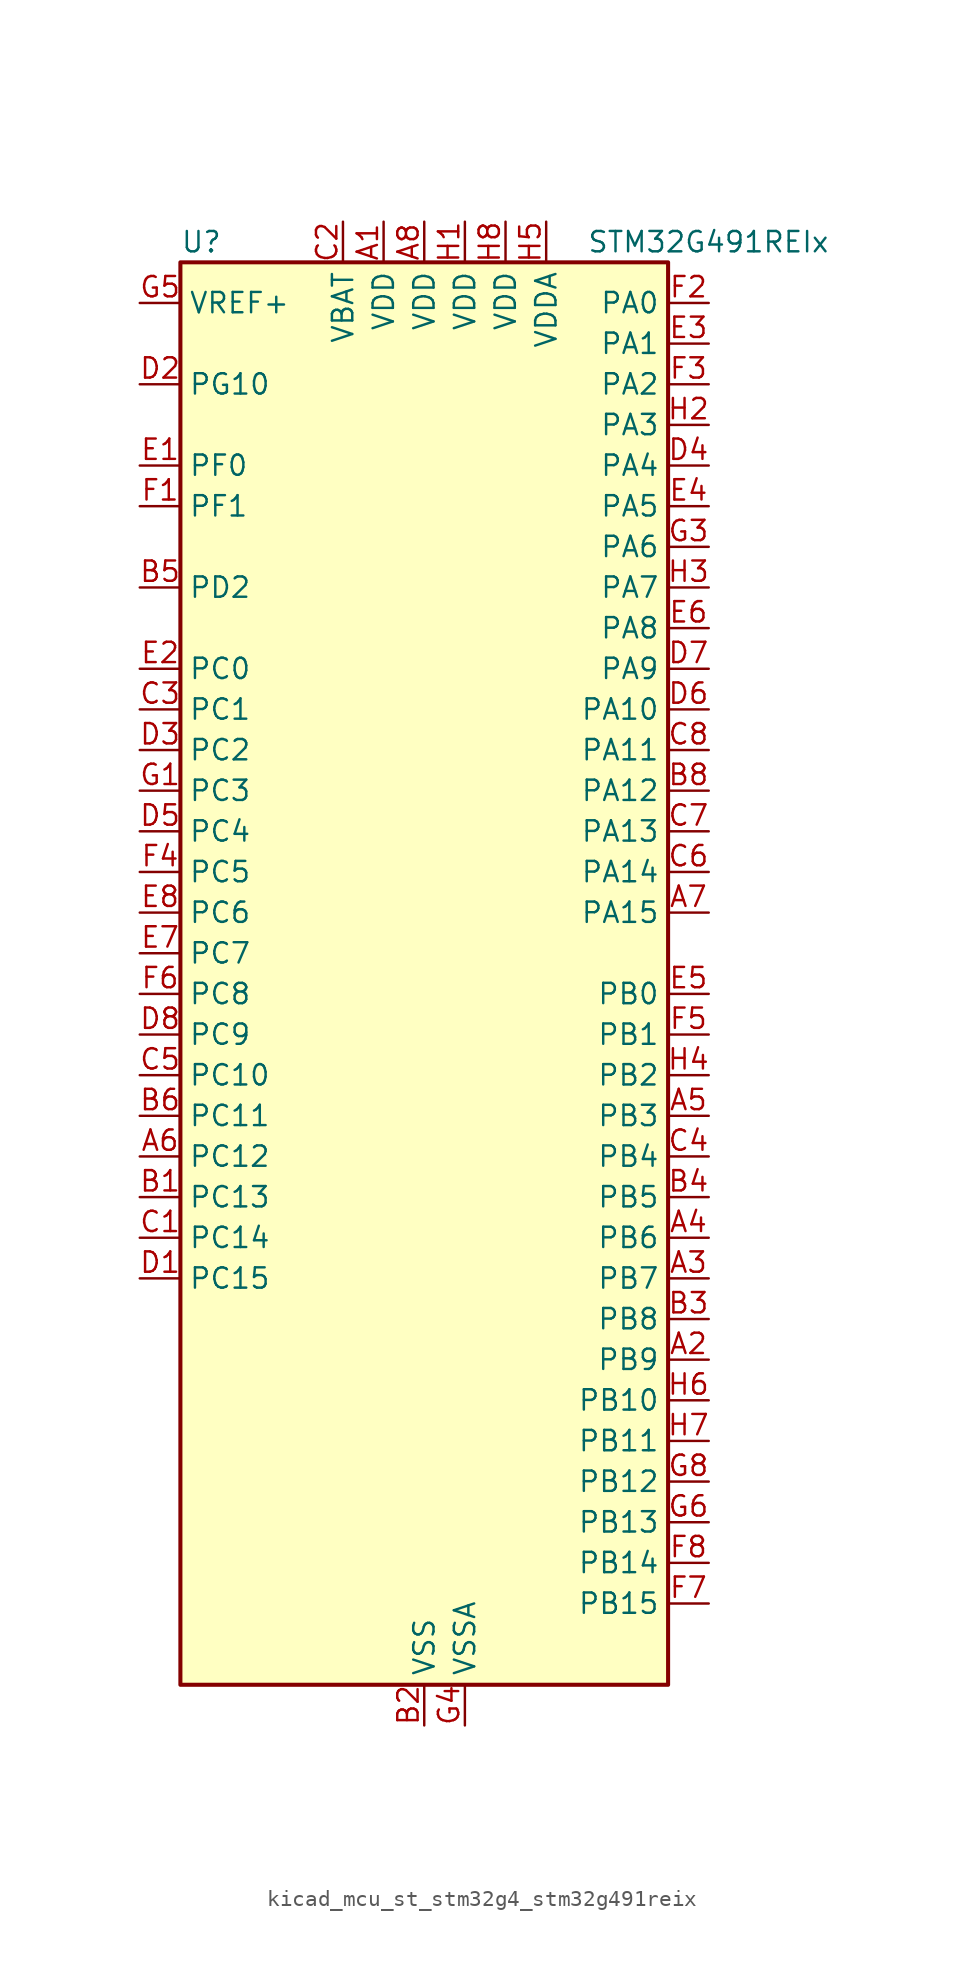
<source format=kicad_sym>
(kicad_symbol_lib
  (version 20220914)
  (generator kicad_symbol_editor)
  (symbol "kicad_mcu_st_stm32g4_stm32g491reix"
    (property "Reference" "U"
      (at -15.24 46.99 0)
      (effects (font (size 1.27 1.27)) (justify left)))
    (property "Value" "STM32G491REIx"
      (at 10.16 46.99 0)
      (effects (font (size 1.27 1.27)) (justify left)))
    (property "ki_locked" ""
      (at 0 0 0)
      (effects (font (size 1.27 1.27))))
    (symbol "kicad_mcu_st_stm32g4_stm32g491reix_0_1"
      (rectangle (start -15.24 -43.18) (end 15.24 45.72) (stroke (width 0.254) (type default)) (fill (type background))))
    (symbol "kicad_mcu_st_stm32g4_stm32g491reix_1_1"
      (pin power_in line (at -2.54 48.26 270) (length 2.54) (name "VDD" (effects (font (size 1.27 1.27)))) (number "A1" (effects (font (size 1.27 1.27)))))
      (pin bidirectional line (at 17.78 -22.86 180) (length 2.54) (name "PB9" (effects (font (size 1.27 1.27)))) (number "A2" (effects (font (size 1.27 1.27)))) (alternate "COMP2_OUT" bidirectional line) (alternate "DAC1_EXTI9" bidirectional line) (alternate "DAC3_EXTI9" bidirectional line) (alternate "FDCAN1_TX" bidirectional line) (alternate "I2C1_SDA" bidirectional line) (alternate "IR_OUT" bidirectional line) (alternate "SAI1_D2" bidirectional line) (alternate "SAI1_FS_A" bidirectional line) (alternate "TIM17_CH1" bidirectional line) (alternate "TIM1_CH3N" bidirectional line) (alternate "TIM4_CH4" bidirectional line) (alternate "TIM8_CH3" bidirectional line) (alternate "USART3_TX" bidirectional line))
      (pin bidirectional line (at 17.78 -17.78 180) (length 2.54) (name "PB7" (effects (font (size 1.27 1.27)))) (number "A3" (effects (font (size 1.27 1.27)))) (alternate "COMP3_OUT" bidirectional line) (alternate "I2C1_SDA" bidirectional line) (alternate "LPTIM1_IN2" bidirectional line) (alternate "SYS_PVD_IN" bidirectional line) (alternate "TIM17_CH1N" bidirectional line) (alternate "TIM3_CH4" bidirectional line) (alternate "TIM4_CH2" bidirectional line) (alternate "TIM8_BKIN" bidirectional line) (alternate "UART4_CTS" bidirectional line) (alternate "USART1_RX" bidirectional line))
      (pin bidirectional line (at 17.78 -15.24 180) (length 2.54) (name "PB6" (effects (font (size 1.27 1.27)))) (number "A4" (effects (font (size 1.27 1.27)))) (alternate "COMP4_OUT" bidirectional line) (alternate "FDCAN2_TX" bidirectional line) (alternate "LPTIM1_ETR" bidirectional line) (alternate "SAI1_FS_B" bidirectional line) (alternate "TIM16_CH1N" bidirectional line) (alternate "TIM4_CH1" bidirectional line) (alternate "TIM8_BKIN2" bidirectional line) (alternate "TIM8_CH1" bidirectional line) (alternate "TIM8_ETR" bidirectional line) (alternate "UCPD1_CC1" bidirectional line) (alternate "USART1_TX" bidirectional line))
      (pin bidirectional line (at 17.78 -7.62 180) (length 2.54) (name "PB3" (effects (font (size 1.27 1.27)))) (number "A5" (effects (font (size 1.27 1.27)))) (alternate "ADC3_EXTI3" bidirectional line) (alternate "CRS_SYNC" bidirectional line) (alternate "I2S3_CK" bidirectional line) (alternate "SAI1_SCK_B" bidirectional line) (alternate "SPI1_SCK" bidirectional line) (alternate "SPI3_SCK" bidirectional line) (alternate "SYS_JTDO-SWO" bidirectional line) (alternate "TIM2_CH2" bidirectional line) (alternate "TIM3_ETR" bidirectional line) (alternate "TIM4_ETR" bidirectional line) (alternate "TIM8_CH1N" bidirectional line) (alternate "USART2_TX" bidirectional line))
      (pin bidirectional line (at -17.78 -10.16 0) (length 2.54) (name "PC12" (effects (font (size 1.27 1.27)))) (number "A6" (effects (font (size 1.27 1.27)))) (alternate "I2S3_SD" bidirectional line) (alternate "SPI3_MOSI" bidirectional line) (alternate "TIM8_CH3N" bidirectional line) (alternate "UART5_TX" bidirectional line) (alternate "UCPD1_FRSTX1" bidirectional line) (alternate "UCPD1_FRSTX2" bidirectional line) (alternate "USART3_CK" bidirectional line))
      (pin bidirectional line (at 17.78 5.08 180) (length 2.54) (name "PA15" (effects (font (size 1.27 1.27)))) (number "A7" (effects (font (size 1.27 1.27)))) (alternate "ADC1_EXTI15" bidirectional line) (alternate "ADC2_EXTI15" bidirectional line) (alternate "I2C1_SCL" bidirectional line) (alternate "I2S3_WS" bidirectional line) (alternate "SPI1_NSS" bidirectional line) (alternate "SPI3_NSS" bidirectional line) (alternate "SYS_JTDI" bidirectional line) (alternate "TIM1_BKIN" bidirectional line) (alternate "TIM20_ETR" bidirectional line) (alternate "TIM2_CH1" bidirectional line) (alternate "TIM2_ETR" bidirectional line) (alternate "TIM8_CH1" bidirectional line) (alternate "UART4_DE" bidirectional line) (alternate "UART4_RTS" bidirectional line) (alternate "USART2_RX" bidirectional line))
      (pin power_in line (at 0 48.26 270) (length 2.54) (name "VDD" (effects (font (size 1.27 1.27)))) (number "A8" (effects (font (size 1.27 1.27)))))
      (pin bidirectional line (at -17.78 -12.7 0) (length 2.54) (name "PC13" (effects (font (size 1.27 1.27)))) (number "B1" (effects (font (size 1.27 1.27)))) (alternate "RTC_OUT1" bidirectional line) (alternate "RTC_TAMP1" bidirectional line) (alternate "RTC_TS" bidirectional line) (alternate "SYS_WKUP2" bidirectional line) (alternate "TIM1_BKIN" bidirectional line) (alternate "TIM1_CH1N" bidirectional line) (alternate "TIM8_CH4N" bidirectional line))
      (pin power_in line (at 0 -45.72 90) (length 2.54) (name "VSS" (effects (font (size 1.27 1.27)))) (number "B2" (effects (font (size 1.27 1.27)))))
      (pin bidirectional line (at 17.78 -20.32 180) (length 2.54) (name "PB8" (effects (font (size 1.27 1.27)))) (number "B3" (effects (font (size 1.27 1.27)))) (alternate "COMP1_OUT" bidirectional line) (alternate "FDCAN1_RX" bidirectional line) (alternate "I2C1_SCL" bidirectional line) (alternate "SAI1_CK1" bidirectional line) (alternate "SAI1_MCLK_A" bidirectional line) (alternate "TIM16_CH1" bidirectional line) (alternate "TIM1_BKIN" bidirectional line) (alternate "TIM4_CH3" bidirectional line) (alternate "TIM8_CH2" bidirectional line) (alternate "USART3_RX" bidirectional line))
      (pin bidirectional line (at 17.78 -12.7 180) (length 2.54) (name "PB5" (effects (font (size 1.27 1.27)))) (number "B4" (effects (font (size 1.27 1.27)))) (alternate "FDCAN2_RX" bidirectional line) (alternate "I2C1_SMBA" bidirectional line) (alternate "I2C3_SDA" bidirectional line) (alternate "I2S3_SD" bidirectional line) (alternate "LPTIM1_IN1" bidirectional line) (alternate "SAI1_SD_B" bidirectional line) (alternate "SPI1_MOSI" bidirectional line) (alternate "SPI3_MOSI" bidirectional line) (alternate "TIM16_BKIN" bidirectional line) (alternate "TIM17_CH1" bidirectional line) (alternate "TIM3_CH2" bidirectional line) (alternate "TIM8_CH3N" bidirectional line) (alternate "UART5_CTS" bidirectional line) (alternate "USART2_CK" bidirectional line))
      (pin bidirectional line (at -17.78 25.4 0) (length 2.54) (name "PD2" (effects (font (size 1.27 1.27)))) (number "B5" (effects (font (size 1.27 1.27)))) (alternate "ADC3_EXTI2" bidirectional line) (alternate "TIM3_ETR" bidirectional line) (alternate "TIM8_BKIN" bidirectional line) (alternate "UART5_RX" bidirectional line))
      (pin bidirectional line (at -17.78 -7.62 0) (length 2.54) (name "PC11" (effects (font (size 1.27 1.27)))) (number "B6" (effects (font (size 1.27 1.27)))) (alternate "ADC1_EXTI11" bidirectional line) (alternate "ADC2_EXTI11" bidirectional line) (alternate "I2C3_SDA" bidirectional line) (alternate "SPI3_MISO" bidirectional line) (alternate "TIM8_CH2N" bidirectional line) (alternate "UART4_RX" bidirectional line) (alternate "USART3_RX" bidirectional line))
      (pin passive line (at 0 -45.72 90) (length 2.54) hide (name "VSS" (effects (font (size 1.27 1.27)))) (number "B7" (effects (font (size 1.27 1.27)))))
      (pin bidirectional line (at 17.78 12.7 180) (length 2.54) (name "PA12" (effects (font (size 1.27 1.27)))) (number "B8" (effects (font (size 1.27 1.27)))) (alternate "COMP2_OUT" bidirectional line) (alternate "FDCAN1_TX" bidirectional line) (alternate "I2S_CKIN" bidirectional line) (alternate "TIM16_CH1" bidirectional line) (alternate "TIM1_CH2N" bidirectional line) (alternate "TIM1_ETR" bidirectional line) (alternate "TIM4_CH2" bidirectional line) (alternate "USART1_DE" bidirectional line) (alternate "USART1_RTS" bidirectional line) (alternate "USB_DP" bidirectional line))
      (pin bidirectional line (at -17.78 -15.24 0) (length 2.54) (name "PC14" (effects (font (size 1.27 1.27)))) (number "C1" (effects (font (size 1.27 1.27)))) (alternate "RCC_OSC32_IN" bidirectional line))
      (pin power_in line (at -5.08 48.26 270) (length 2.54) (name "VBAT" (effects (font (size 1.27 1.27)))) (number "C2" (effects (font (size 1.27 1.27)))))
      (pin bidirectional line (at -17.78 17.78 0) (length 2.54) (name "PC1" (effects (font (size 1.27 1.27)))) (number "C3" (effects (font (size 1.27 1.27)))) (alternate "ADC1_IN7" bidirectional line) (alternate "ADC2_IN7" bidirectional line) (alternate "COMP3_INP" bidirectional line) (alternate "LPTIM1_OUT" bidirectional line) (alternate "LPUART1_TX" bidirectional line) (alternate "QUADSPI1_BK2_IO0" bidirectional line) (alternate "SAI1_SD_A" bidirectional line) (alternate "TIM1_CH2" bidirectional line))
      (pin bidirectional line (at 17.78 -10.16 180) (length 2.54) (name "PB4" (effects (font (size 1.27 1.27)))) (number "C4" (effects (font (size 1.27 1.27)))) (alternate "SAI1_MCLK_B" bidirectional line) (alternate "SPI1_MISO" bidirectional line) (alternate "SPI3_MISO" bidirectional line) (alternate "SYS_JTRST" bidirectional line) (alternate "TIM16_CH1" bidirectional line) (alternate "TIM17_BKIN" bidirectional line) (alternate "TIM3_CH1" bidirectional line) (alternate "TIM8_CH2N" bidirectional line) (alternate "UART5_DE" bidirectional line) (alternate "UART5_RTS" bidirectional line) (alternate "UCPD1_CC2" bidirectional line) (alternate "USART2_RX" bidirectional line))
      (pin bidirectional line (at -17.78 -5.08 0) (length 2.54) (name "PC10" (effects (font (size 1.27 1.27)))) (number "C5" (effects (font (size 1.27 1.27)))) (alternate "DAC1_EXTI10" bidirectional line) (alternate "DAC3_EXTI10" bidirectional line) (alternate "I2S3_CK" bidirectional line) (alternate "SPI3_SCK" bidirectional line) (alternate "TIM8_CH1N" bidirectional line) (alternate "UART4_TX" bidirectional line) (alternate "USART3_TX" bidirectional line))
      (pin bidirectional line (at 17.78 7.62 180) (length 2.54) (name "PA14" (effects (font (size 1.27 1.27)))) (number "C6" (effects (font (size 1.27 1.27)))) (alternate "I2C1_SDA" bidirectional line) (alternate "LPTIM1_OUT" bidirectional line) (alternate "SAI1_FS_B" bidirectional line) (alternate "SYS_JTCK-SWCLK" bidirectional line) (alternate "TIM1_BKIN" bidirectional line) (alternate "TIM8_CH2" bidirectional line) (alternate "USART2_TX" bidirectional line))
      (pin bidirectional line (at 17.78 10.16 180) (length 2.54) (name "PA13" (effects (font (size 1.27 1.27)))) (number "C7" (effects (font (size 1.27 1.27)))) (alternate "I2C1_SCL" bidirectional line) (alternate "IR_OUT" bidirectional line) (alternate "SAI1_SD_B" bidirectional line) (alternate "SYS_JTMS-SWDIO" bidirectional line) (alternate "TIM16_CH1N" bidirectional line) (alternate "TIM4_CH3" bidirectional line) (alternate "USART3_CTS" bidirectional line) (alternate "USART3_NSS" bidirectional line))
      (pin bidirectional line (at 17.78 15.24 180) (length 2.54) (name "PA11" (effects (font (size 1.27 1.27)))) (number "C8" (effects (font (size 1.27 1.27)))) (alternate "ADC1_EXTI11" bidirectional line) (alternate "ADC2_EXTI11" bidirectional line) (alternate "COMP1_OUT" bidirectional line) (alternate "FDCAN1_RX" bidirectional line) (alternate "I2S2_SD" bidirectional line) (alternate "SPI2_MOSI" bidirectional line) (alternate "TIM1_BKIN2" bidirectional line) (alternate "TIM1_CH1N" bidirectional line) (alternate "TIM1_CH4" bidirectional line) (alternate "TIM4_CH1" bidirectional line) (alternate "USART1_CTS" bidirectional line) (alternate "USART1_NSS" bidirectional line) (alternate "USB_DM" bidirectional line))
      (pin bidirectional line (at -17.78 -17.78 0) (length 2.54) (name "PC15" (effects (font (size 1.27 1.27)))) (number "D1" (effects (font (size 1.27 1.27)))) (alternate "ADC1_EXTI15" bidirectional line) (alternate "ADC2_EXTI15" bidirectional line) (alternate "RCC_OSC32_OUT" bidirectional line))
      (pin bidirectional line (at -17.78 38.1 0) (length 2.54) (name "PG10" (effects (font (size 1.27 1.27)))) (number "D2" (effects (font (size 1.27 1.27)))) (alternate "DAC1_EXTI10" bidirectional line) (alternate "DAC3_EXTI10" bidirectional line) (alternate "RCC_MCO" bidirectional line))
      (pin bidirectional line (at -17.78 15.24 0) (length 2.54) (name "PC2" (effects (font (size 1.27 1.27)))) (number "D3" (effects (font (size 1.27 1.27)))) (alternate "ADC1_IN8" bidirectional line) (alternate "ADC2_IN8" bidirectional line) (alternate "ADC3_EXTI2" bidirectional line) (alternate "COMP3_OUT" bidirectional line) (alternate "LPTIM1_IN2" bidirectional line) (alternate "QUADSPI1_BK2_IO1" bidirectional line) (alternate "TIM1_CH3" bidirectional line) (alternate "TIM20_CH2" bidirectional line))
      (pin bidirectional line (at 17.78 33.02 180) (length 2.54) (name "PA4" (effects (font (size 1.27 1.27)))) (number "D4" (effects (font (size 1.27 1.27)))) (alternate "ADC2_IN17" bidirectional line) (alternate "COMP1_INM" bidirectional line) (alternate "DAC1_OUT1" bidirectional line) (alternate "I2S3_WS" bidirectional line) (alternate "SAI1_FS_B" bidirectional line) (alternate "SPI1_NSS" bidirectional line) (alternate "SPI3_NSS" bidirectional line) (alternate "TIM3_CH2" bidirectional line) (alternate "USART2_CK" bidirectional line))
      (pin bidirectional line (at -17.78 10.16 0) (length 2.54) (name "PC4" (effects (font (size 1.27 1.27)))) (number "D5" (effects (font (size 1.27 1.27)))) (alternate "ADC2_IN5" bidirectional line) (alternate "I2C2_SCL" bidirectional line) (alternate "QUADSPI1_BK2_IO3" bidirectional line) (alternate "TIM1_ETR" bidirectional line) (alternate "USART1_TX" bidirectional line))
      (pin bidirectional line (at 17.78 17.78 180) (length 2.54) (name "PA10" (effects (font (size 1.27 1.27)))) (number "D6" (effects (font (size 1.27 1.27)))) (alternate "CRS_SYNC" bidirectional line) (alternate "DAC1_EXTI10" bidirectional line) (alternate "DAC3_EXTI10" bidirectional line) (alternate "I2C2_SMBA" bidirectional line) (alternate "SAI1_D1" bidirectional line) (alternate "SAI1_SD_A" bidirectional line) (alternate "SPI2_MISO" bidirectional line) (alternate "TIM17_BKIN" bidirectional line) (alternate "TIM1_CH3" bidirectional line) (alternate "TIM2_CH4" bidirectional line) (alternate "TIM8_BKIN" bidirectional line) (alternate "UCPD1_DBCC2" bidirectional line) (alternate "USART1_RX" bidirectional line))
      (pin bidirectional line (at 17.78 20.32 180) (length 2.54) (name "PA9" (effects (font (size 1.27 1.27)))) (number "D7" (effects (font (size 1.27 1.27)))) (alternate "DAC1_EXTI9" bidirectional line) (alternate "DAC3_EXTI9" bidirectional line) (alternate "I2C2_SCL" bidirectional line) (alternate "I2C3_SMBA" bidirectional line) (alternate "I2S3_MCK" bidirectional line) (alternate "SAI1_FS_A" bidirectional line) (alternate "TIM15_BKIN" bidirectional line) (alternate "TIM1_CH2" bidirectional line) (alternate "TIM2_CH3" bidirectional line) (alternate "UCPD1_DBCC1" bidirectional line) (alternate "USART1_TX" bidirectional line))
      (pin bidirectional line (at -17.78 -2.54 0) (length 2.54) (name "PC9" (effects (font (size 1.27 1.27)))) (number "D8" (effects (font (size 1.27 1.27)))) (alternate "DAC1_EXTI9" bidirectional line) (alternate "DAC3_EXTI9" bidirectional line) (alternate "I2C3_SDA" bidirectional line) (alternate "I2S_CKIN" bidirectional line) (alternate "TIM3_CH4" bidirectional line) (alternate "TIM8_BKIN2" bidirectional line) (alternate "TIM8_CH4" bidirectional line))
      (pin bidirectional line (at -17.78 33.02 0) (length 2.54) (name "PF0" (effects (font (size 1.27 1.27)))) (number "E1" (effects (font (size 1.27 1.27)))) (alternate "ADC1_IN10" bidirectional line) (alternate "I2C2_SDA" bidirectional line) (alternate "I2S2_WS" bidirectional line) (alternate "RCC_OSC_IN" bidirectional line) (alternate "SPI2_NSS" bidirectional line) (alternate "TIM1_CH3N" bidirectional line))
      (pin bidirectional line (at -17.78 20.32 0) (length 2.54) (name "PC0" (effects (font (size 1.27 1.27)))) (number "E2" (effects (font (size 1.27 1.27)))) (alternate "ADC1_IN6" bidirectional line) (alternate "ADC2_IN6" bidirectional line) (alternate "COMP3_INM" bidirectional line) (alternate "LPTIM1_IN1" bidirectional line) (alternate "LPUART1_RX" bidirectional line) (alternate "TIM1_CH1" bidirectional line))
      (pin bidirectional line (at 17.78 40.64 180) (length 2.54) (name "PA1" (effects (font (size 1.27 1.27)))) (number "E3" (effects (font (size 1.27 1.27)))) (alternate "ADC1_IN2" bidirectional line) (alternate "ADC2_IN2" bidirectional line) (alternate "COMP1_INP" bidirectional line) (alternate "OPAMP1_VINP" bidirectional line) (alternate "OPAMP1_VINP_SEC" bidirectional line) (alternate "OPAMP3_VINP" bidirectional line) (alternate "OPAMP3_VINP_SEC" bidirectional line) (alternate "OPAMP6_VINM" bidirectional line) (alternate "OPAMP6_VINM0" bidirectional line) (alternate "OPAMP6_VINM_SEC" bidirectional line) (alternate "RTC_REFIN" bidirectional line) (alternate "TIM15_CH1N" bidirectional line) (alternate "TIM2_CH2" bidirectional line) (alternate "USART2_DE" bidirectional line) (alternate "USART2_RTS" bidirectional line))
      (pin bidirectional line (at 17.78 30.48 180) (length 2.54) (name "PA5" (effects (font (size 1.27 1.27)))) (number "E4" (effects (font (size 1.27 1.27)))) (alternate "ADC2_IN13" bidirectional line) (alternate "COMP2_INM" bidirectional line) (alternate "DAC1_OUT2" bidirectional line) (alternate "OPAMP2_VINM" bidirectional line) (alternate "OPAMP2_VINM0" bidirectional line) (alternate "OPAMP2_VINM_SEC" bidirectional line) (alternate "SPI1_SCK" bidirectional line) (alternate "TIM2_CH1" bidirectional line) (alternate "TIM2_ETR" bidirectional line) (alternate "UCPD1_FRSTX1" bidirectional line) (alternate "UCPD1_FRSTX2" bidirectional line))
      (pin bidirectional line (at 17.78 0 180) (length 2.54) (name "PB0" (effects (font (size 1.27 1.27)))) (number "E5" (effects (font (size 1.27 1.27)))) (alternate "ADC1_IN15" bidirectional line) (alternate "ADC3_IN12" bidirectional line) (alternate "COMP4_INP" bidirectional line) (alternate "OPAMP2_VINP" bidirectional line) (alternate "OPAMP2_VINP_SEC" bidirectional line) (alternate "OPAMP3_VINP" bidirectional line) (alternate "OPAMP3_VINP_SEC" bidirectional line) (alternate "QUADSPI1_BK1_IO1" bidirectional line) (alternate "TIM1_CH2N" bidirectional line) (alternate "TIM3_CH3" bidirectional line) (alternate "TIM8_CH2N" bidirectional line) (alternate "UCPD1_FRSTX1" bidirectional line) (alternate "UCPD1_FRSTX2" bidirectional line))
      (pin bidirectional line (at 17.78 22.86 180) (length 2.54) (name "PA8" (effects (font (size 1.27 1.27)))) (number "E6" (effects (font (size 1.27 1.27)))) (alternate "I2C2_SDA" bidirectional line) (alternate "I2C3_SCL" bidirectional line) (alternate "I2S2_MCK" bidirectional line) (alternate "RCC_MCO" bidirectional line) (alternate "SAI1_CK2" bidirectional line) (alternate "SAI1_SCK_A" bidirectional line) (alternate "TIM1_CH1" bidirectional line) (alternate "TIM4_ETR" bidirectional line) (alternate "USART1_CK" bidirectional line))
      (pin bidirectional line (at -17.78 2.54 0) (length 2.54) (name "PC7" (effects (font (size 1.27 1.27)))) (number "E7" (effects (font (size 1.27 1.27)))) (alternate "I2S3_MCK" bidirectional line) (alternate "TIM3_CH2" bidirectional line) (alternate "TIM8_CH2" bidirectional line))
      (pin bidirectional line (at -17.78 5.08 0) (length 2.54) (name "PC6" (effects (font (size 1.27 1.27)))) (number "E8" (effects (font (size 1.27 1.27)))) (alternate "I2S2_MCK" bidirectional line) (alternate "TIM3_CH1" bidirectional line) (alternate "TIM8_CH1" bidirectional line))
      (pin bidirectional line (at -17.78 30.48 0) (length 2.54) (name "PF1" (effects (font (size 1.27 1.27)))) (number "F1" (effects (font (size 1.27 1.27)))) (alternate "ADC2_IN10" bidirectional line) (alternate "COMP3_INM" bidirectional line) (alternate "I2S2_CK" bidirectional line) (alternate "RCC_OSC_OUT" bidirectional line) (alternate "SPI2_SCK" bidirectional line))
      (pin bidirectional line (at 17.78 43.18 180) (length 2.54) (name "PA0" (effects (font (size 1.27 1.27)))) (number "F2" (effects (font (size 1.27 1.27)))) (alternate "ADC1_IN1" bidirectional line) (alternate "ADC2_IN1" bidirectional line) (alternate "COMP1_INM" bidirectional line) (alternate "COMP1_OUT" bidirectional line) (alternate "COMP3_INP" bidirectional line) (alternate "RTC_TAMP2" bidirectional line) (alternate "SYS_WKUP1" bidirectional line) (alternate "TIM2_CH1" bidirectional line) (alternate "TIM2_ETR" bidirectional line) (alternate "TIM8_BKIN" bidirectional line) (alternate "TIM8_ETR" bidirectional line) (alternate "USART2_CTS" bidirectional line) (alternate "USART2_NSS" bidirectional line))
      (pin bidirectional line (at 17.78 38.1 180) (length 2.54) (name "PA2" (effects (font (size 1.27 1.27)))) (number "F3" (effects (font (size 1.27 1.27)))) (alternate "ADC1_IN3" bidirectional line) (alternate "ADC3_EXTI2" bidirectional line) (alternate "COMP2_INM" bidirectional line) (alternate "COMP2_OUT" bidirectional line) (alternate "LPUART1_TX" bidirectional line) (alternate "OPAMP1_VOUT" bidirectional line) (alternate "QUADSPI1_BK1_NCS" bidirectional line) (alternate "RCC_LSCO" bidirectional line) (alternate "SYS_WKUP4" bidirectional line) (alternate "TIM15_CH1" bidirectional line) (alternate "TIM2_CH3" bidirectional line) (alternate "UCPD1_FRSTX1" bidirectional line) (alternate "UCPD1_FRSTX2" bidirectional line) (alternate "USART2_TX" bidirectional line))
      (pin bidirectional line (at -17.78 7.62 0) (length 2.54) (name "PC5" (effects (font (size 1.27 1.27)))) (number "F4" (effects (font (size 1.27 1.27)))) (alternate "ADC2_IN11" bidirectional line) (alternate "OPAMP1_VINM" bidirectional line) (alternate "OPAMP1_VINM1" bidirectional line) (alternate "OPAMP1_VINM_SEC" bidirectional line) (alternate "OPAMP2_VINM" bidirectional line) (alternate "OPAMP2_VINM1" bidirectional line) (alternate "OPAMP2_VINM_SEC" bidirectional line) (alternate "SAI1_D3" bidirectional line) (alternate "SYS_WKUP5" bidirectional line) (alternate "TIM15_BKIN" bidirectional line) (alternate "TIM1_CH4N" bidirectional line) (alternate "USART1_RX" bidirectional line))
      (pin bidirectional line (at 17.78 -2.54 180) (length 2.54) (name "PB1" (effects (font (size 1.27 1.27)))) (number "F5" (effects (font (size 1.27 1.27)))) (alternate "ADC1_IN12" bidirectional line) (alternate "ADC3_IN1" bidirectional line) (alternate "COMP1_INP" bidirectional line) (alternate "COMP4_OUT" bidirectional line) (alternate "LPUART1_DE" bidirectional line) (alternate "LPUART1_RTS" bidirectional line) (alternate "OPAMP3_VOUT" bidirectional line) (alternate "OPAMP6_VINM" bidirectional line) (alternate "OPAMP6_VINM1" bidirectional line) (alternate "OPAMP6_VINM_SEC" bidirectional line) (alternate "QUADSPI1_BK1_IO0" bidirectional line) (alternate "TIM1_CH3N" bidirectional line) (alternate "TIM3_CH4" bidirectional line) (alternate "TIM8_CH3N" bidirectional line))
      (pin bidirectional line (at -17.78 0 0) (length 2.54) (name "PC8" (effects (font (size 1.27 1.27)))) (number "F6" (effects (font (size 1.27 1.27)))) (alternate "I2C3_SCL" bidirectional line) (alternate "TIM20_CH3" bidirectional line) (alternate "TIM3_CH3" bidirectional line) (alternate "TIM8_CH3" bidirectional line))
      (pin bidirectional line (at 17.78 -38.1 180) (length 2.54) (name "PB15" (effects (font (size 1.27 1.27)))) (number "F7" (effects (font (size 1.27 1.27)))) (alternate "ADC1_EXTI15" bidirectional line) (alternate "ADC2_EXTI15" bidirectional line) (alternate "ADC2_IN15" bidirectional line) (alternate "COMP3_OUT" bidirectional line) (alternate "I2S2_SD" bidirectional line) (alternate "RTC_REFIN" bidirectional line) (alternate "SPI2_MOSI" bidirectional line) (alternate "TIM15_CH1N" bidirectional line) (alternate "TIM15_CH2" bidirectional line) (alternate "TIM1_CH3N" bidirectional line))
      (pin bidirectional line (at 17.78 -35.56 180) (length 2.54) (name "PB14" (effects (font (size 1.27 1.27)))) (number "F8" (effects (font (size 1.27 1.27)))) (alternate "ADC1_IN5" bidirectional line) (alternate "COMP4_OUT" bidirectional line) (alternate "OPAMP2_VINP" bidirectional line) (alternate "OPAMP2_VINP_SEC" bidirectional line) (alternate "SPI2_MISO" bidirectional line) (alternate "TIM15_CH1" bidirectional line) (alternate "TIM1_CH2N" bidirectional line) (alternate "USART3_DE" bidirectional line) (alternate "USART3_RTS" bidirectional line))
      (pin bidirectional line (at -17.78 12.7 0) (length 2.54) (name "PC3" (effects (font (size 1.27 1.27)))) (number "G1" (effects (font (size 1.27 1.27)))) (alternate "ADC1_IN9" bidirectional line) (alternate "ADC2_IN9" bidirectional line) (alternate "ADC3_EXTI3" bidirectional line) (alternate "LPTIM1_ETR" bidirectional line) (alternate "QUADSPI1_BK2_IO2" bidirectional line) (alternate "SAI1_D1" bidirectional line) (alternate "SAI1_SD_A" bidirectional line) (alternate "TIM1_BKIN2" bidirectional line) (alternate "TIM1_CH4" bidirectional line))
      (pin passive line (at 0 -45.72 90) (length 2.54) hide (name "VSS" (effects (font (size 1.27 1.27)))) (number "G2" (effects (font (size 1.27 1.27)))))
      (pin bidirectional line (at 17.78 27.94 180) (length 2.54) (name "PA6" (effects (font (size 1.27 1.27)))) (number "G3" (effects (font (size 1.27 1.27)))) (alternate "ADC2_IN3" bidirectional line) (alternate "COMP1_OUT" bidirectional line) (alternate "LPUART1_CTS" bidirectional line) (alternate "OPAMP2_VOUT" bidirectional line) (alternate "QUADSPI1_BK1_IO3" bidirectional line) (alternate "SPI1_MISO" bidirectional line) (alternate "TIM16_CH1" bidirectional line) (alternate "TIM1_BKIN" bidirectional line) (alternate "TIM3_CH1" bidirectional line) (alternate "TIM8_BKIN" bidirectional line))
      (pin power_in line (at 2.54 -45.72 90) (length 2.54) (name "VSSA" (effects (font (size 1.27 1.27)))) (number "G4" (effects (font (size 1.27 1.27)))))
      (pin input line (at -17.78 43.18 0) (length 2.54) (name "VREF+" (effects (font (size 1.27 1.27)))) (number "G5" (effects (font (size 1.27 1.27)))) (alternate "VREFBUF_OUT" bidirectional line))
      (pin bidirectional line (at 17.78 -33.02 180) (length 2.54) (name "PB13" (effects (font (size 1.27 1.27)))) (number "G6" (effects (font (size 1.27 1.27)))) (alternate "ADC3_IN5" bidirectional line) (alternate "FDCAN2_TX" bidirectional line) (alternate "I2S2_CK" bidirectional line) (alternate "LPUART1_CTS" bidirectional line) (alternate "OPAMP3_VINP" bidirectional line) (alternate "OPAMP3_VINP_SEC" bidirectional line) (alternate "OPAMP6_VINP" bidirectional line) (alternate "OPAMP6_VINP_SEC" bidirectional line) (alternate "SPI2_SCK" bidirectional line) (alternate "TIM1_CH1N" bidirectional line) (alternate "USART3_CTS" bidirectional line) (alternate "USART3_NSS" bidirectional line))
      (pin passive line (at 0 -45.72 90) (length 2.54) hide (name "VSS" (effects (font (size 1.27 1.27)))) (number "G7" (effects (font (size 1.27 1.27)))))
      (pin bidirectional line (at 17.78 -30.48 180) (length 2.54) (name "PB12" (effects (font (size 1.27 1.27)))) (number "G8" (effects (font (size 1.27 1.27)))) (alternate "ADC1_IN11" bidirectional line) (alternate "FDCAN2_RX" bidirectional line) (alternate "I2C2_SMBA" bidirectional line) (alternate "I2S2_WS" bidirectional line) (alternate "LPUART1_DE" bidirectional line) (alternate "LPUART1_RTS" bidirectional line) (alternate "OPAMP6_VINP" bidirectional line) (alternate "OPAMP6_VINP_SEC" bidirectional line) (alternate "SPI2_NSS" bidirectional line) (alternate "TIM1_BKIN" bidirectional line) (alternate "USART3_CK" bidirectional line))
      (pin power_in line (at 2.54 48.26 270) (length 2.54) (name "VDD" (effects (font (size 1.27 1.27)))) (number "H1" (effects (font (size 1.27 1.27)))))
      (pin bidirectional line (at 17.78 35.56 180) (length 2.54) (name "PA3" (effects (font (size 1.27 1.27)))) (number "H2" (effects (font (size 1.27 1.27)))) (alternate "ADC1_IN4" bidirectional line) (alternate "ADC3_EXTI3" bidirectional line) (alternate "COMP2_INP" bidirectional line) (alternate "LPUART1_RX" bidirectional line) (alternate "OPAMP1_VINM" bidirectional line) (alternate "OPAMP1_VINM0" bidirectional line) (alternate "OPAMP1_VINM_SEC" bidirectional line) (alternate "OPAMP1_VINP" bidirectional line) (alternate "OPAMP1_VINP_SEC" bidirectional line) (alternate "QUADSPI1_CLK" bidirectional line) (alternate "SAI1_CK1" bidirectional line) (alternate "SAI1_MCLK_A" bidirectional line) (alternate "TIM15_CH2" bidirectional line) (alternate "TIM2_CH4" bidirectional line) (alternate "USART2_RX" bidirectional line))
      (pin bidirectional line (at 17.78 25.4 180) (length 2.54) (name "PA7" (effects (font (size 1.27 1.27)))) (number "H3" (effects (font (size 1.27 1.27)))) (alternate "ADC2_IN4" bidirectional line) (alternate "COMP2_INP" bidirectional line) (alternate "COMP2_OUT" bidirectional line) (alternate "OPAMP1_VINP" bidirectional line) (alternate "OPAMP1_VINP_SEC" bidirectional line) (alternate "OPAMP2_VINP" bidirectional line) (alternate "OPAMP2_VINP_SEC" bidirectional line) (alternate "QUADSPI1_BK1_IO2" bidirectional line) (alternate "SPI1_MOSI" bidirectional line) (alternate "TIM17_CH1" bidirectional line) (alternate "TIM1_CH1N" bidirectional line) (alternate "TIM3_CH2" bidirectional line) (alternate "TIM8_CH1N" bidirectional line) (alternate "UCPD1_FRSTX1" bidirectional line) (alternate "UCPD1_FRSTX2" bidirectional line))
      (pin bidirectional line (at 17.78 -5.08 180) (length 2.54) (name "PB2" (effects (font (size 1.27 1.27)))) (number "H4" (effects (font (size 1.27 1.27)))) (alternate "ADC2_IN12" bidirectional line) (alternate "ADC3_EXTI2" bidirectional line) (alternate "COMP4_INM" bidirectional line) (alternate "I2C3_SMBA" bidirectional line) (alternate "LPTIM1_OUT" bidirectional line) (alternate "OPAMP3_VINM" bidirectional line) (alternate "OPAMP3_VINM0" bidirectional line) (alternate "OPAMP3_VINM_SEC" bidirectional line) (alternate "QUADSPI1_BK2_IO1" bidirectional line) (alternate "RTC_OUT2" bidirectional line) (alternate "TIM20_CH1" bidirectional line))
      (pin power_in line (at 7.62 48.26 270) (length 2.54) (name "VDDA" (effects (font (size 1.27 1.27)))) (number "H5" (effects (font (size 1.27 1.27)))))
      (pin bidirectional line (at 17.78 -25.4 180) (length 2.54) (name "PB10" (effects (font (size 1.27 1.27)))) (number "H6" (effects (font (size 1.27 1.27)))) (alternate "DAC1_EXTI10" bidirectional line) (alternate "DAC3_EXTI10" bidirectional line) (alternate "LPUART1_RX" bidirectional line) (alternate "OPAMP3_VINM" bidirectional line) (alternate "OPAMP3_VINM1" bidirectional line) (alternate "OPAMP3_VINM_SEC" bidirectional line) (alternate "QUADSPI1_CLK" bidirectional line) (alternate "SAI1_SCK_A" bidirectional line) (alternate "TIM1_BKIN" bidirectional line) (alternate "TIM2_CH3" bidirectional line) (alternate "USART3_TX" bidirectional line))
      (pin bidirectional line (at 17.78 -27.94 180) (length 2.54) (name "PB11" (effects (font (size 1.27 1.27)))) (number "H7" (effects (font (size 1.27 1.27)))) (alternate "ADC1_EXTI11" bidirectional line) (alternate "ADC1_IN14" bidirectional line) (alternate "ADC2_EXTI11" bidirectional line) (alternate "ADC2_IN14" bidirectional line) (alternate "LPUART1_TX" bidirectional line) (alternate "OPAMP6_VOUT" bidirectional line) (alternate "QUADSPI1_BK1_NCS" bidirectional line) (alternate "TIM2_CH4" bidirectional line) (alternate "USART3_RX" bidirectional line))
      (pin power_in line (at 5.08 48.26 270) (length 2.54) (name "VDD" (effects (font (size 1.27 1.27)))) (number "H8" (effects (font (size 1.27 1.27))))))))
</source>
